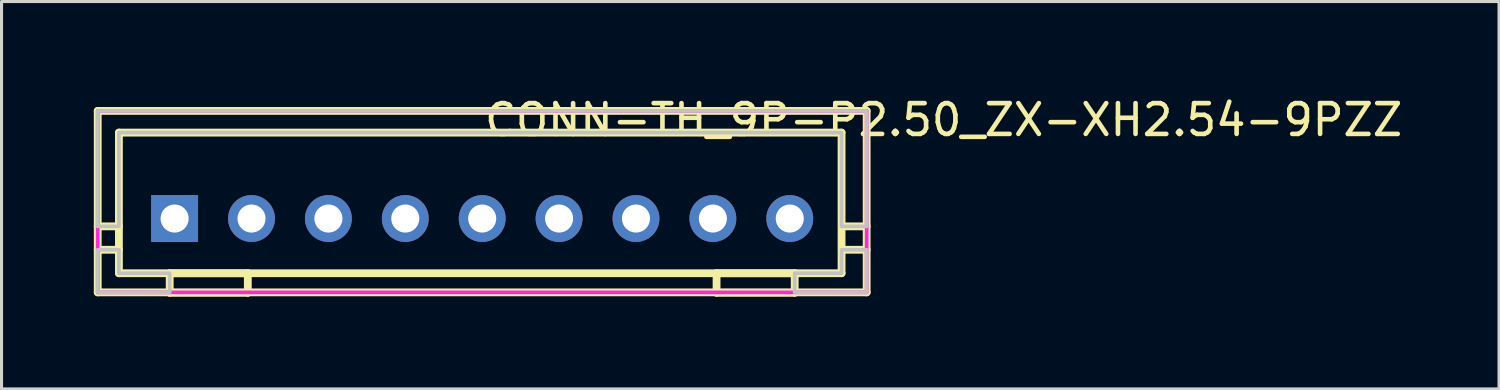
<source format=kicad_pcb>
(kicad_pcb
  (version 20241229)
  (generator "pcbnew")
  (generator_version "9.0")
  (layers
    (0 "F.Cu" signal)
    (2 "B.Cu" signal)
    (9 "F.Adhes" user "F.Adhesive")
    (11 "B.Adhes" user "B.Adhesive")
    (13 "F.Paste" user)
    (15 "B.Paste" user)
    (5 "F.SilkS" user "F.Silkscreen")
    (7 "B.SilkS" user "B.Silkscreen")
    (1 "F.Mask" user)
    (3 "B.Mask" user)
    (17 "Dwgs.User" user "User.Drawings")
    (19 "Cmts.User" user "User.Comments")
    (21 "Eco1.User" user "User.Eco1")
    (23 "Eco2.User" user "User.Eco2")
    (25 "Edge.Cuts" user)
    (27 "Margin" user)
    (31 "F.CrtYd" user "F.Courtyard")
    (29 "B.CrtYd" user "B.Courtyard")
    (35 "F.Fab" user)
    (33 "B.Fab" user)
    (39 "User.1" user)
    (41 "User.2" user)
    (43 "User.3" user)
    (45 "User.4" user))
  (footprint "CONN-TH_9P-P2.50_ZX-XH2.54-9PZZ"
    (layer "F.Cu")
    (at 12.627 4.055)
    (property "Reference" "CONN-TH_9P-P2.50_ZX-XH2.54-9PZZ" (at 0 -3.207 0) (layer "F.SilkS") (effects (font (size 1 1) (thickness 0.15)) (justify left)))
    (attr through_hole)
    (fp_line (start -12.5 -3.5) (end -12.5 2.4) (stroke (width 0.254) (type solid)) (layer "F.SilkS"))
    (fp_line (start -11.811 -2.794) (end 11.684 -2.794) (stroke (width 0.254) (type solid)) (layer "F.SilkS"))
    (fp_line (start -11.811 0.254) (end -12.5 0.254) (stroke (width 0.254) (type solid)) (layer "F.SilkS"))
    (fp_line (start -11.811 1.016) (end -12.5 1.016) (stroke (width 0.254) (type solid)) (layer "F.SilkS"))
    (fp_line (start -11.811 1.778) (end -11.811 -2.794) (stroke (width 0.254) (type solid)) (layer "F.SilkS"))
    (fp_line (start -10.16 1.778) (end -7.62 1.778) (stroke (width 0.254) (type solid)) (layer "F.SilkS"))
    (fp_line (start -10.16 2.413) (end -10.16 1.778) (stroke (width 0.254) (type solid)) (layer "F.SilkS"))
    (fp_line (start -7.62 1.778) (end -7.62 2.413) (stroke (width 0.254) (type solid)) (layer "F.SilkS"))
    (fp_line (start -7.62 2.413) (end -10.16 2.413) (stroke (width 0.254) (type solid)) (layer "F.SilkS"))
    (fp_line (start 7.62 1.778) (end 10.16 1.778) (stroke (width 0.254) (type solid)) (layer "F.SilkS"))
    (fp_line (start 7.62 2.413) (end 7.62 1.778) (stroke (width 0.254) (type solid)) (layer "F.SilkS"))
    (fp_line (start 10.16 1.778) (end 10.16 2.413) (stroke (width 0.254) (type solid)) (layer "F.SilkS"))
    (fp_line (start 10.16 2.413) (end 7.62 2.413) (stroke (width 0.254) (type solid)) (layer "F.SilkS"))
    (fp_line (start 11.684 -2.794) (end 11.684 1.778) (stroke (width 0.254) (type solid)) (layer "F.SilkS"))
    (fp_line (start 11.684 1.778) (end -11.811 1.778) (stroke (width 0.254) (type solid)) (layer "F.SilkS"))
    (fp_line (start 12.5 -3.5) (end -12.5 -3.5) (stroke (width 0.254) (type solid)) (layer "F.SilkS"))
    (fp_line (start 12.5 -3.5) (end 12.5 2.4) (stroke (width 0.254) (type solid)) (layer "F.SilkS"))
    (fp_line (start 12.5 0.254) (end 11.811 0.254) (stroke (width 0.254) (type solid)) (layer "F.SilkS"))
    (fp_line (start 12.5 1.016) (end 11.811 1.016) (stroke (width 0.254) (type solid)) (layer "F.SilkS"))
    (fp_line (start 12.5 2.4) (end -12.5 2.4) (stroke (width 0.254) (type solid)) (layer "F.SilkS"))
    (fp_poly (pts (xy -11.811 1.016) (xy -12.5 1.016) (xy -12.5 2.4) (xy -10.16 2.4) (xy -10.16 1.778) (xy -11.811 1.778)) (stroke (width 0.12) (type solid)) (fill no) (layer "Dwgs.User"))
    (fp_poly (pts (xy 12.5 1.016) (xy 11.684 1.016) (xy 11.684 1.778) (xy 10.16 1.778) (xy 10.16 2.4) (xy 12.5 2.4)) (stroke (width 0.12) (type solid)) (fill no) (layer "Dwgs.User"))
    (fp_poly (pts (xy 12.5 0.254) (xy 11.684 0.254) (xy 11.684 -2.794) (xy -11.811 -2.794) (xy -11.811 0.254) (xy -12.5 0.254) (xy -12.5 -3.5) (xy 12.5 -3.5)) (stroke (width 0.12) (type solid)) (fill no) (layer "Dwgs.User"))
    (fp_circle (center -12.5 2.4) (end -12.47 2.4) (stroke (width 0.06) (type solid)) (fill no) (layer "Eco2.User"))
    (fp_poly (pts (xy -10.25 -0.25) (xy -9.75 -0.25) (xy -9.75 0.25) (xy -10.25 0.25)) (stroke (width 0.12) (type solid)) (fill no) (layer "Eco2.User"))
    (fp_poly (pts (xy -7.75 -0.25) (xy -7.25 -0.25) (xy -7.25 0.25) (xy -7.75 0.25)) (stroke (width 0.12) (type solid)) (fill no) (layer "Eco2.User"))
    (fp_poly (pts (xy -5.25 -0.25) (xy -4.75 -0.25) (xy -4.75 0.25) (xy -5.25 0.25)) (stroke (width 0.12) (type solid)) (fill no) (layer "Eco2.User"))
    (fp_poly (pts (xy -2.75 -0.25) (xy -2.25 -0.25) (xy -2.25 0.25) (xy -2.75 0.25)) (stroke (width 0.12) (type solid)) (fill no) (layer "Eco2.User"))
    (fp_poly (pts (xy -0.25 -0.25) (xy 0.25 -0.25) (xy 0.25 0.25) (xy -0.25 0.25)) (stroke (width 0.12) (type solid)) (fill no) (layer "Eco2.User"))
    (fp_poly (pts (xy 2.25 -0.25) (xy 2.75 -0.25) (xy 2.75 0.25) (xy 2.25 0.25)) (stroke (width 0.12) (type solid)) (fill no) (layer "Eco2.User"))
    (fp_poly (pts (xy 4.75 -0.25) (xy 5.25 -0.25) (xy 5.25 0.25) (xy 4.75 0.25)) (stroke (width 0.12) (type solid)) (fill no) (layer "Eco2.User"))
    (fp_poly (pts (xy 7.25 -0.25) (xy 7.75 -0.25) (xy 7.75 0.25) (xy 7.25 0.25)) (stroke (width 0.12) (type solid)) (fill no) (layer "Eco2.User"))
    (fp_poly (pts (xy 9.75 -0.25) (xy 10.25 -0.25) (xy 10.25 0.25) (xy 9.75 0.25)) (stroke (width 0.12) (type solid)) (fill no) (layer "Eco2.User"))
    (fp_line (start -12.5 -3.5) (end 12.5 -3.5) (stroke (width 0.12) (type solid)) (layer "F.CrtYd"))
    (fp_line (start -12.5 2.4) (end -12.5 -3.5) (stroke (width 0.12) (type solid)) (layer "F.CrtYd"))
    (fp_line (start 12.5 -3.5) (end 12.5 2.4) (stroke (width 0.12) (type solid)) (layer "F.CrtYd"))
    (fp_line (start 12.5 2.4) (end -12.5 2.4) (stroke (width 0.12) (type solid)) (layer "F.CrtYd"))
    (pad "1" thru_hole rect (at -10 0) (size 1.524 1.524) (drill 0.914) (layers "*.Cu" "*.Mask"))
    (pad "2" thru_hole circle (at -7.5 0) (size 1.524 1.524) (drill 0.914) (layers "*.Cu" "*.Mask"))
    (pad "3" thru_hole circle (at -5 0) (size 1.524 1.524) (drill 0.914) (layers "*.Cu" "*.Mask"))
    (pad "4" thru_hole circle (at -2.5 0) (size 1.524 1.524) (drill 0.914) (layers "*.Cu" "*.Mask"))
    (pad "5" thru_hole circle (at 0 0) (size 1.524 1.524) (drill 0.914) (layers "*.Cu" "*.Mask"))
    (pad "6" thru_hole circle (at 2.5 0) (size 1.524 1.524) (drill 0.914) (layers "*.Cu" "*.Mask"))
    (pad "7" thru_hole circle (at 5 0) (size 1.524 1.524) (drill 0.914) (layers "*.Cu" "*.Mask"))
    (pad "8" thru_hole circle (at 7.5 0) (size 1.524 1.524) (drill 0.914) (layers "*.Cu" "*.Mask"))
    (pad "9" thru_hole circle (at 10 0) (size 1.524 1.524) (drill 0.914) (layers "*.Cu" "*.Mask")))
  (gr_rect
    (start -3 -3)
    (end 45.687 9.595)
    (stroke (width 0.1) (type default))
    (fill no)
    (layer "Edge.Cuts")))
</source>
